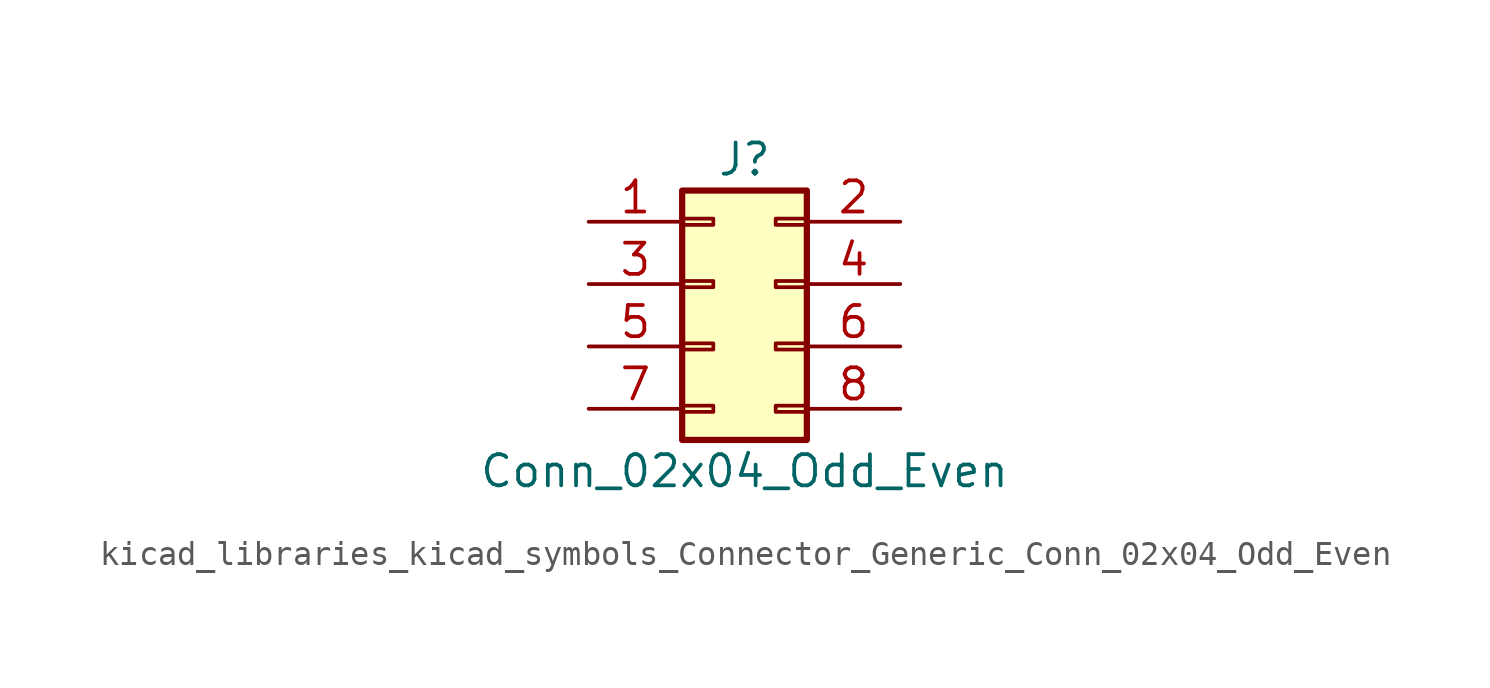
<source format=kicad_sym>
(kicad_symbol_lib
  (version 20220914)
  (generator kicad_symbol_editor)
  (symbol "kicad_libraries_kicad_symbols_Connector_Generic_Conn_02x04_Odd_Even"
    (pin_names
      (offset 1.016) hide)
    (property "Reference" "J"
      (at 1.27 5.08 0)
      (effects (font (size 1.27 1.27))))
    (property "Value" "Conn_02x04_Odd_Even"
      (at 1.27 -7.62 0)
      (effects (font (size 1.27 1.27))))
    (symbol "kicad_libraries_kicad_symbols_Connector_Generic_Conn_02x04_Odd_Even_1_1"
      (rectangle (start -1.27 -4.953) (end 0 -5.207) (stroke (width 0.152) (type default)) (fill (type none)))
      (rectangle (start -1.27 -2.413) (end 0 -2.667) (stroke (width 0.152) (type default)) (fill (type none)))
      (rectangle (start -1.27 0.127) (end 0 -0.127) (stroke (width 0.152) (type default)) (fill (type none)))
      (rectangle (start -1.27 2.667) (end 0 2.413) (stroke (width 0.152) (type default)) (fill (type none)))
      (rectangle (start -1.27 3.81) (end 3.81 -6.35) (stroke (width 0.254) (type default)) (fill (type background)))
      (rectangle (start 3.81 -4.953) (end 2.54 -5.207) (stroke (width 0.152) (type default)) (fill (type none)))
      (rectangle (start 3.81 -2.413) (end 2.54 -2.667) (stroke (width 0.152) (type default)) (fill (type none)))
      (rectangle (start 3.81 0.127) (end 2.54 -0.127) (stroke (width 0.152) (type default)) (fill (type none)))
      (rectangle (start 3.81 2.667) (end 2.54 2.413) (stroke (width 0.152) (type default)) (fill (type none)))
      (pin passive line (at -5.08 2.54 0) (length 3.81) (name "Pin_1" (effects (font (size 1.27 1.27)))) (number "1" (effects (font (size 1.27 1.27)))))
      (pin passive line (at 7.62 2.54 180) (length 3.81) (name "Pin_2" (effects (font (size 1.27 1.27)))) (number "2" (effects (font (size 1.27 1.27)))))
      (pin passive line (at -5.08 0 0) (length 3.81) (name "Pin_3" (effects (font (size 1.27 1.27)))) (number "3" (effects (font (size 1.27 1.27)))))
      (pin passive line (at 7.62 0 180) (length 3.81) (name "Pin_4" (effects (font (size 1.27 1.27)))) (number "4" (effects (font (size 1.27 1.27)))))
      (pin passive line (at -5.08 -2.54 0) (length 3.81) (name "Pin_5" (effects (font (size 1.27 1.27)))) (number "5" (effects (font (size 1.27 1.27)))))
      (pin passive line (at 7.62 -2.54 180) (length 3.81) (name "Pin_6" (effects (font (size 1.27 1.27)))) (number "6" (effects (font (size 1.27 1.27)))))
      (pin passive line (at -5.08 -5.08 0) (length 3.81) (name "Pin_7" (effects (font (size 1.27 1.27)))) (number "7" (effects (font (size 1.27 1.27)))))
      (pin passive line (at 7.62 -5.08 180) (length 3.81) (name "Pin_8" (effects (font (size 1.27 1.27)))) (number "8" (effects (font (size 1.27 1.27))))))))
</source>
